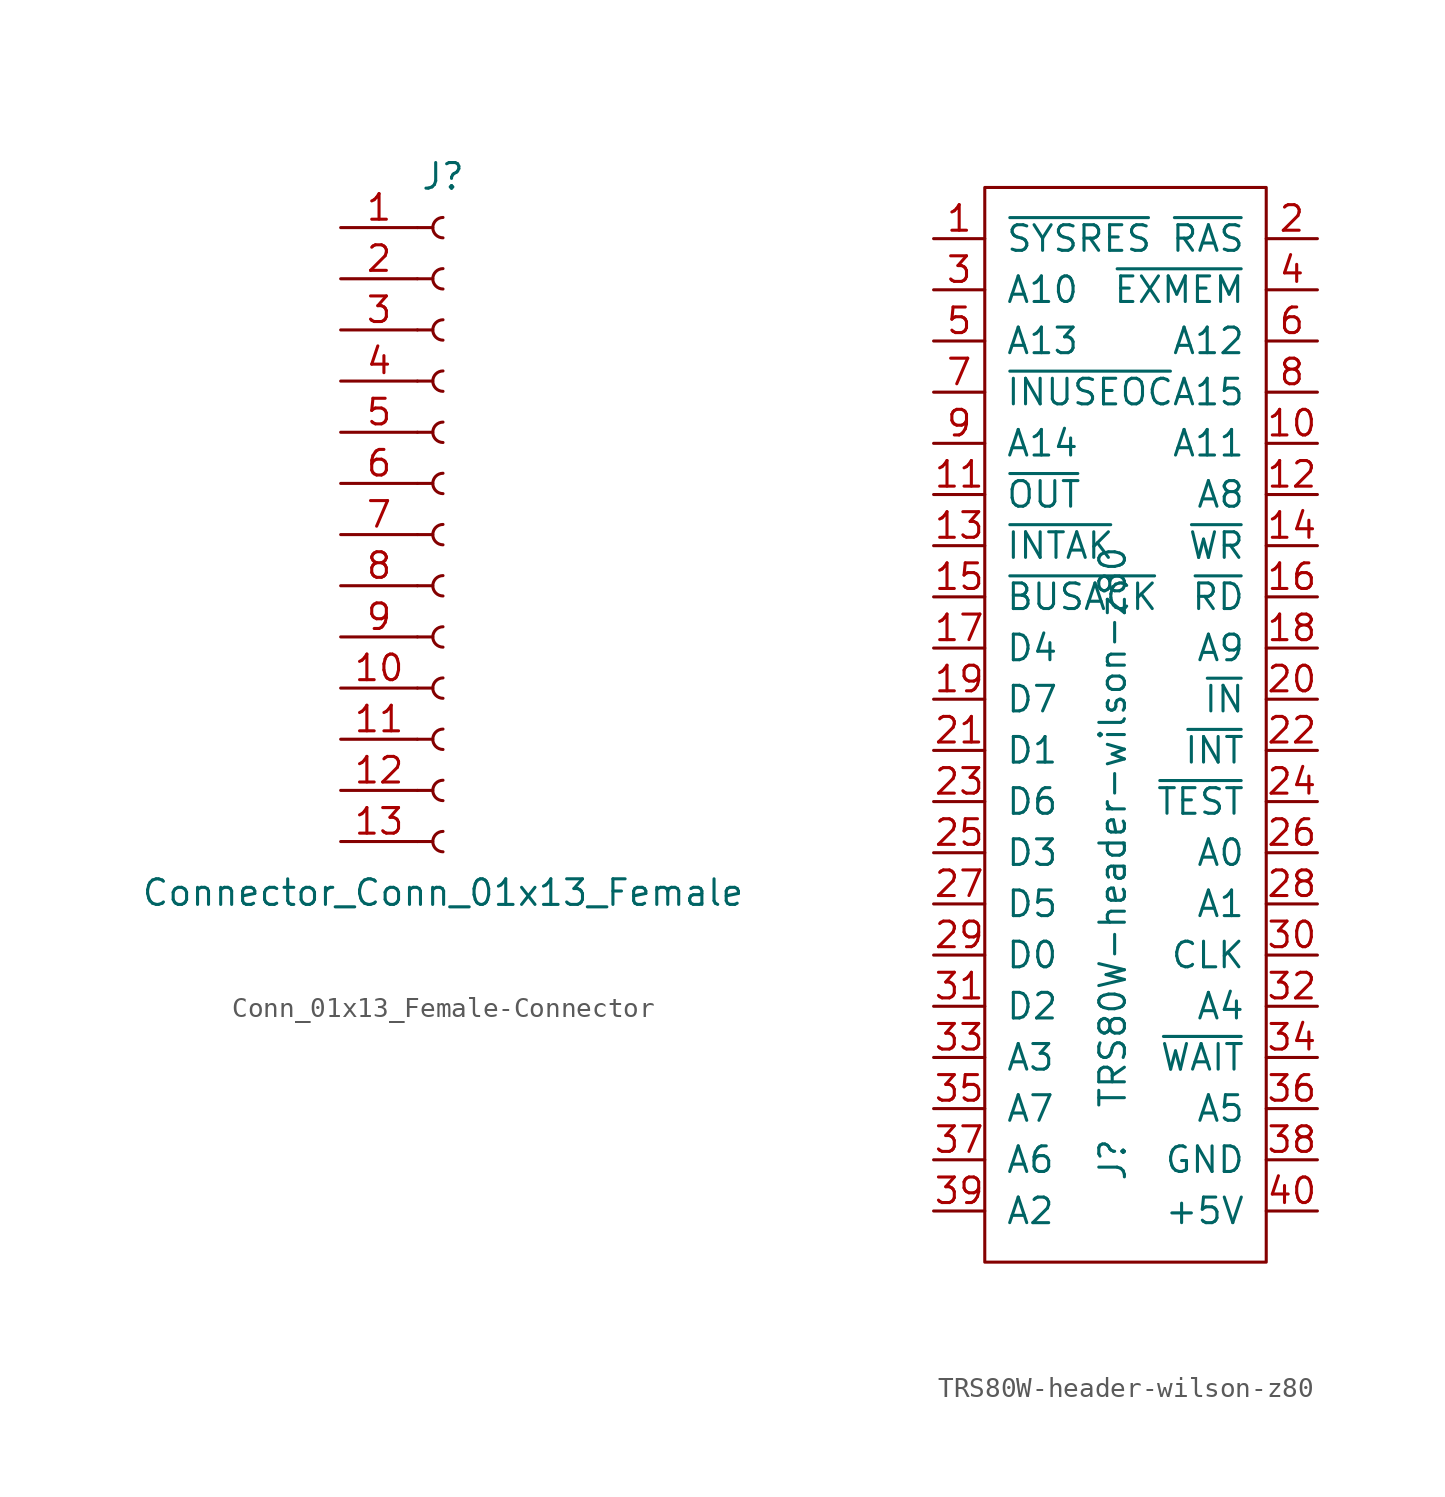
<source format=kicad_sym>
(kicad_symbol_lib
  (version 20231120)
  (generator "kicad_symbol_editor")
  (generator_version "8.0")
  (symbol "Conn_01x13_Female-Connector"
    (pin_names
      (offset 1.016) hide)
    (property "Reference" "J"
      (at 0 17.78 0)
      (effects (font (size 1.27 1.27))))
    (property "Value" "Connector_Conn_01x13_Female"
      (at 0 -17.78 0)
      (effects (font (size 1.27 1.27))))
    (symbol "Conn_01x13_Female-Connector_1_1"
      (arc (start 0 -14.732) (mid -0.508 -15.24) (end 0 -15.748) (stroke (width 0.1524) (type solid)) (fill (type none)))
      (arc (start 0 -12.192) (mid -0.508 -12.7) (end 0 -13.208) (stroke (width 0.1524) (type solid)) (fill (type none)))
      (arc (start 0 -9.652) (mid -0.508 -10.16) (end 0 -10.668) (stroke (width 0.1524) (type solid)) (fill (type none)))
      (arc (start 0 -7.112) (mid -0.508 -7.62) (end 0 -8.128) (stroke (width 0.1524) (type solid)) (fill (type none)))
      (arc (start 0 -4.572) (mid -0.508 -5.08) (end 0 -5.588) (stroke (width 0.1524) (type solid)) (fill (type none)))
      (arc (start 0 -2.032) (mid -0.508 -2.54) (end 0 -3.048) (stroke (width 0.1524) (type solid)) (fill (type none)))
      (polyline (pts (xy -1.27 -15.24) (xy -0.508 -15.24)) (stroke (width 0.152) (type solid)) (fill (type none)))
      (polyline (pts (xy -1.27 -12.7) (xy -0.508 -12.7)) (stroke (width 0.152) (type solid)) (fill (type none)))
      (polyline (pts (xy -1.27 -10.16) (xy -0.508 -10.16)) (stroke (width 0.152) (type solid)) (fill (type none)))
      (polyline (pts (xy -1.27 -7.62) (xy -0.508 -7.62)) (stroke (width 0.152) (type solid)) (fill (type none)))
      (polyline (pts (xy -1.27 -5.08) (xy -0.508 -5.08)) (stroke (width 0.152) (type solid)) (fill (type none)))
      (polyline (pts (xy -1.27 -2.54) (xy -0.508 -2.54)) (stroke (width 0.152) (type solid)) (fill (type none)))
      (polyline (pts (xy -1.27 0) (xy -0.508 0)) (stroke (width 0.152) (type solid)) (fill (type none)))
      (polyline (pts (xy -1.27 2.54) (xy -0.508 2.54)) (stroke (width 0.152) (type solid)) (fill (type none)))
      (polyline (pts (xy -1.27 5.08) (xy -0.508 5.08)) (stroke (width 0.152) (type solid)) (fill (type none)))
      (polyline (pts (xy -1.27 7.62) (xy -0.508 7.62)) (stroke (width 0.152) (type solid)) (fill (type none)))
      (polyline (pts (xy -1.27 10.16) (xy -0.508 10.16)) (stroke (width 0.152) (type solid)) (fill (type none)))
      (polyline (pts (xy -1.27 12.7) (xy -0.508 12.7)) (stroke (width 0.152) (type solid)) (fill (type none)))
      (polyline (pts (xy -1.27 15.24) (xy -0.508 15.24)) (stroke (width 0.152) (type solid)) (fill (type none)))
      (arc (start 0 0.508) (mid -0.508 0) (end 0 -0.508) (stroke (width 0.1524) (type solid)) (fill (type none)))
      (arc (start 0 3.048) (mid -0.508 2.54) (end 0 2.032) (stroke (width 0.1524) (type solid)) (fill (type none)))
      (arc (start 0 5.588) (mid -0.508 5.08) (end 0 4.572) (stroke (width 0.1524) (type solid)) (fill (type none)))
      (arc (start 0 8.128) (mid -0.508 7.62) (end 0 7.112) (stroke (width 0.1524) (type solid)) (fill (type none)))
      (arc (start 0 10.668) (mid -0.508 10.16) (end 0 9.652) (stroke (width 0.1524) (type solid)) (fill (type none)))
      (arc (start 0 13.208) (mid -0.508 12.7) (end 0 12.192) (stroke (width 0.1524) (type solid)) (fill (type none)))
      (arc (start 0 15.748) (mid -0.508 15.24) (end 0 14.732) (stroke (width 0.1524) (type solid)) (fill (type none)))
      (pin passive line (at -5.08 15.24 0) (length 3.81) (name "Pin_1" (effects (font (size 1.27 1.27)))) (number "1" (effects (font (size 1.27 1.27)))))
      (pin passive line (at -5.08 -7.62 0) (length 3.81) (name "Pin_10" (effects (font (size 1.27 1.27)))) (number "10" (effects (font (size 1.27 1.27)))))
      (pin passive line (at -5.08 -10.16 0) (length 3.81) (name "Pin_11" (effects (font (size 1.27 1.27)))) (number "11" (effects (font (size 1.27 1.27)))))
      (pin passive line (at -5.08 -12.7 0) (length 3.81) (name "Pin_12" (effects (font (size 1.27 1.27)))) (number "12" (effects (font (size 1.27 1.27)))))
      (pin passive line (at -5.08 -15.24 0) (length 3.81) (name "Pin_13" (effects (font (size 1.27 1.27)))) (number "13" (effects (font (size 1.27 1.27)))))
      (pin passive line (at -5.08 12.7 0) (length 3.81) (name "Pin_2" (effects (font (size 1.27 1.27)))) (number "2" (effects (font (size 1.27 1.27)))))
      (pin passive line (at -5.08 10.16 0) (length 3.81) (name "Pin_3" (effects (font (size 1.27 1.27)))) (number "3" (effects (font (size 1.27 1.27)))))
      (pin passive line (at -5.08 7.62 0) (length 3.81) (name "Pin_4" (effects (font (size 1.27 1.27)))) (number "4" (effects (font (size 1.27 1.27)))))
      (pin passive line (at -5.08 5.08 0) (length 3.81) (name "Pin_5" (effects (font (size 1.27 1.27)))) (number "5" (effects (font (size 1.27 1.27)))))
      (pin passive line (at -5.08 2.54 0) (length 3.81) (name "Pin_6" (effects (font (size 1.27 1.27)))) (number "6" (effects (font (size 1.27 1.27)))))
      (pin passive line (at -5.08 0 0) (length 3.81) (name "Pin_7" (effects (font (size 1.27 1.27)))) (number "7" (effects (font (size 1.27 1.27)))))
      (pin passive line (at -5.08 -2.54 0) (length 3.81) (name "Pin_8" (effects (font (size 1.27 1.27)))) (number "8" (effects (font (size 1.27 1.27)))))
      (pin passive line (at -5.08 -5.08 0) (length 3.81) (name "Pin_9" (effects (font (size 1.27 1.27)))) (number "9" (effects (font (size 1.27 1.27)))))))
  (symbol "TRS80W-header-wilson-z80"
    (pin_names
      (offset 1.016))
    (property "Reference" "J"
      (at 0 -22.86 90)
      (effects (font (size 1.27 1.27))))
    (property "Value" "TRS80W-header-wilson-z80"
      (at 0 -6.35 90)
      (effects (font (size 1.27 1.27))))
    (symbol "TRS80W-header-wilson-z80_0_1"
      (rectangle (start -6.35 25.4) (end 7.62 -27.94) (stroke (width 0) (type solid)) (fill (type none))))
    (symbol "TRS80W-header-wilson-z80_1_1"
      (pin passive line (at -8.89 22.86 0) (length 2.54) (name "~{SYSRES}" (effects (font (size 1.27 1.27)))) (number "1" (effects (font (size 1.27 1.27)))))
      (pin passive line (at 10.16 12.7 180) (length 2.54) (name "A11" (effects (font (size 1.27 1.27)))) (number "10" (effects (font (size 1.27 1.27)))))
      (pin passive line (at -8.89 10.16 0) (length 2.54) (name "~{OUT}" (effects (font (size 1.27 1.27)))) (number "11" (effects (font (size 1.27 1.27)))))
      (pin passive line (at 10.16 10.16 180) (length 2.54) (name "A8" (effects (font (size 1.27 1.27)))) (number "12" (effects (font (size 1.27 1.27)))))
      (pin passive line (at -8.89 7.62 0) (length 2.54) (name "~{INTAK}" (effects (font (size 1.27 1.27)))) (number "13" (effects (font (size 1.27 1.27)))))
      (pin passive line (at 10.16 7.62 180) (length 2.54) (name "~{WR}" (effects (font (size 1.27 1.27)))) (number "14" (effects (font (size 1.27 1.27)))))
      (pin passive line (at -8.89 5.08 0) (length 2.54) (name "~{BUSACK}" (effects (font (size 1.27 1.27)))) (number "15" (effects (font (size 1.27 1.27)))))
      (pin passive line (at 10.16 5.08 180) (length 2.54) (name "~{RD}" (effects (font (size 1.27 1.27)))) (number "16" (effects (font (size 1.27 1.27)))))
      (pin passive line (at -8.89 2.54 0) (length 2.54) (name "D4" (effects (font (size 1.27 1.27)))) (number "17" (effects (font (size 1.27 1.27)))))
      (pin passive line (at 10.16 2.54 180) (length 2.54) (name "A9" (effects (font (size 1.27 1.27)))) (number "18" (effects (font (size 1.27 1.27)))))
      (pin passive line (at -8.89 0 0) (length 2.54) (name "D7" (effects (font (size 1.27 1.27)))) (number "19" (effects (font (size 1.27 1.27)))))
      (pin passive line (at 10.16 22.86 180) (length 2.54) (name "~{RAS}" (effects (font (size 1.27 1.27)))) (number "2" (effects (font (size 1.27 1.27)))))
      (pin passive line (at 10.16 0 180) (length 2.54) (name "~{IN}" (effects (font (size 1.27 1.27)))) (number "20" (effects (font (size 1.27 1.27)))))
      (pin passive line (at -8.89 -2.54 0) (length 2.54) (name "D1" (effects (font (size 1.27 1.27)))) (number "21" (effects (font (size 1.27 1.27)))))
      (pin passive line (at 10.16 -2.54 180) (length 2.54) (name "~{INT}" (effects (font (size 1.27 1.27)))) (number "22" (effects (font (size 1.27 1.27)))))
      (pin passive line (at -8.89 -5.08 0) (length 2.54) (name "D6" (effects (font (size 1.27 1.27)))) (number "23" (effects (font (size 1.27 1.27)))))
      (pin passive line (at 10.16 -5.08 180) (length 2.54) (name "~{TEST}" (effects (font (size 1.27 1.27)))) (number "24" (effects (font (size 1.27 1.27)))))
      (pin passive line (at -8.89 -7.62 0) (length 2.54) (name "D3" (effects (font (size 1.27 1.27)))) (number "25" (effects (font (size 1.27 1.27)))))
      (pin passive line (at 10.16 -7.62 180) (length 2.54) (name "A0" (effects (font (size 1.27 1.27)))) (number "26" (effects (font (size 1.27 1.27)))))
      (pin passive line (at -8.89 -10.16 0) (length 2.54) (name "D5" (effects (font (size 1.27 1.27)))) (number "27" (effects (font (size 1.27 1.27)))))
      (pin passive line (at 10.16 -10.16 180) (length 2.54) (name "A1" (effects (font (size 1.27 1.27)))) (number "28" (effects (font (size 1.27 1.27)))))
      (pin passive line (at -8.89 -12.7 0) (length 2.54) (name "D0" (effects (font (size 1.27 1.27)))) (number "29" (effects (font (size 1.27 1.27)))))
      (pin passive line (at -8.89 20.32 0) (length 2.54) (name "A10" (effects (font (size 1.27 1.27)))) (number "3" (effects (font (size 1.27 1.27)))))
      (pin passive line (at 10.16 -12.7 180) (length 2.54) (name "CLK" (effects (font (size 1.27 1.27)))) (number "30" (effects (font (size 1.27 1.27)))))
      (pin passive line (at -8.89 -15.24 0) (length 2.54) (name "D2" (effects (font (size 1.27 1.27)))) (number "31" (effects (font (size 1.27 1.27)))))
      (pin passive line (at 10.16 -15.24 180) (length 2.54) (name "A4" (effects (font (size 1.27 1.27)))) (number "32" (effects (font (size 1.27 1.27)))))
      (pin passive line (at -8.89 -17.78 0) (length 2.54) (name "A3" (effects (font (size 1.27 1.27)))) (number "33" (effects (font (size 1.27 1.27)))))
      (pin passive line (at 10.16 -17.78 180) (length 2.54) (name "~{WAIT}" (effects (font (size 1.27 1.27)))) (number "34" (effects (font (size 1.27 1.27)))))
      (pin passive line (at -8.89 -20.32 0) (length 2.54) (name "A7" (effects (font (size 1.27 1.27)))) (number "35" (effects (font (size 1.27 1.27)))))
      (pin passive line (at 10.16 -20.32 180) (length 2.54) (name "A5" (effects (font (size 1.27 1.27)))) (number "36" (effects (font (size 1.27 1.27)))))
      (pin passive line (at -8.89 -22.86 0) (length 2.54) (name "A6" (effects (font (size 1.27 1.27)))) (number "37" (effects (font (size 1.27 1.27)))))
      (pin passive line (at 10.16 -22.86 180) (length 2.54) (name "GND" (effects (font (size 1.27 1.27)))) (number "38" (effects (font (size 1.27 1.27)))))
      (pin passive line (at -8.89 -25.4 0) (length 2.54) (name "A2" (effects (font (size 1.27 1.27)))) (number "39" (effects (font (size 1.27 1.27)))))
      (pin passive line (at 10.16 20.32 180) (length 2.54) (name "~{EXMEM}" (effects (font (size 1.27 1.27)))) (number "4" (effects (font (size 1.27 1.27)))))
      (pin passive line (at 10.16 -25.4 180) (length 2.54) (name "+5V" (effects (font (size 1.27 1.27)))) (number "40" (effects (font (size 1.27 1.27)))))
      (pin passive line (at -8.89 17.78 0) (length 2.54) (name "A13" (effects (font (size 1.27 1.27)))) (number "5" (effects (font (size 1.27 1.27)))))
      (pin passive line (at 10.16 17.78 180) (length 2.54) (name "A12" (effects (font (size 1.27 1.27)))) (number "6" (effects (font (size 1.27 1.27)))))
      (pin passive line (at -8.89 15.24 0) (length 2.54) (name "~{INUSEOC}" (effects (font (size 1.27 1.27)))) (number "7" (effects (font (size 1.27 1.27)))))
      (pin passive line (at 10.16 15.24 180) (length 2.54) (name "A15" (effects (font (size 1.27 1.27)))) (number "8" (effects (font (size 1.27 1.27)))))
      (pin passive line (at -8.89 12.7 0) (length 2.54) (name "A14" (effects (font (size 1.27 1.27)))) (number "9" (effects (font (size 1.27 1.27))))))))
</source>
